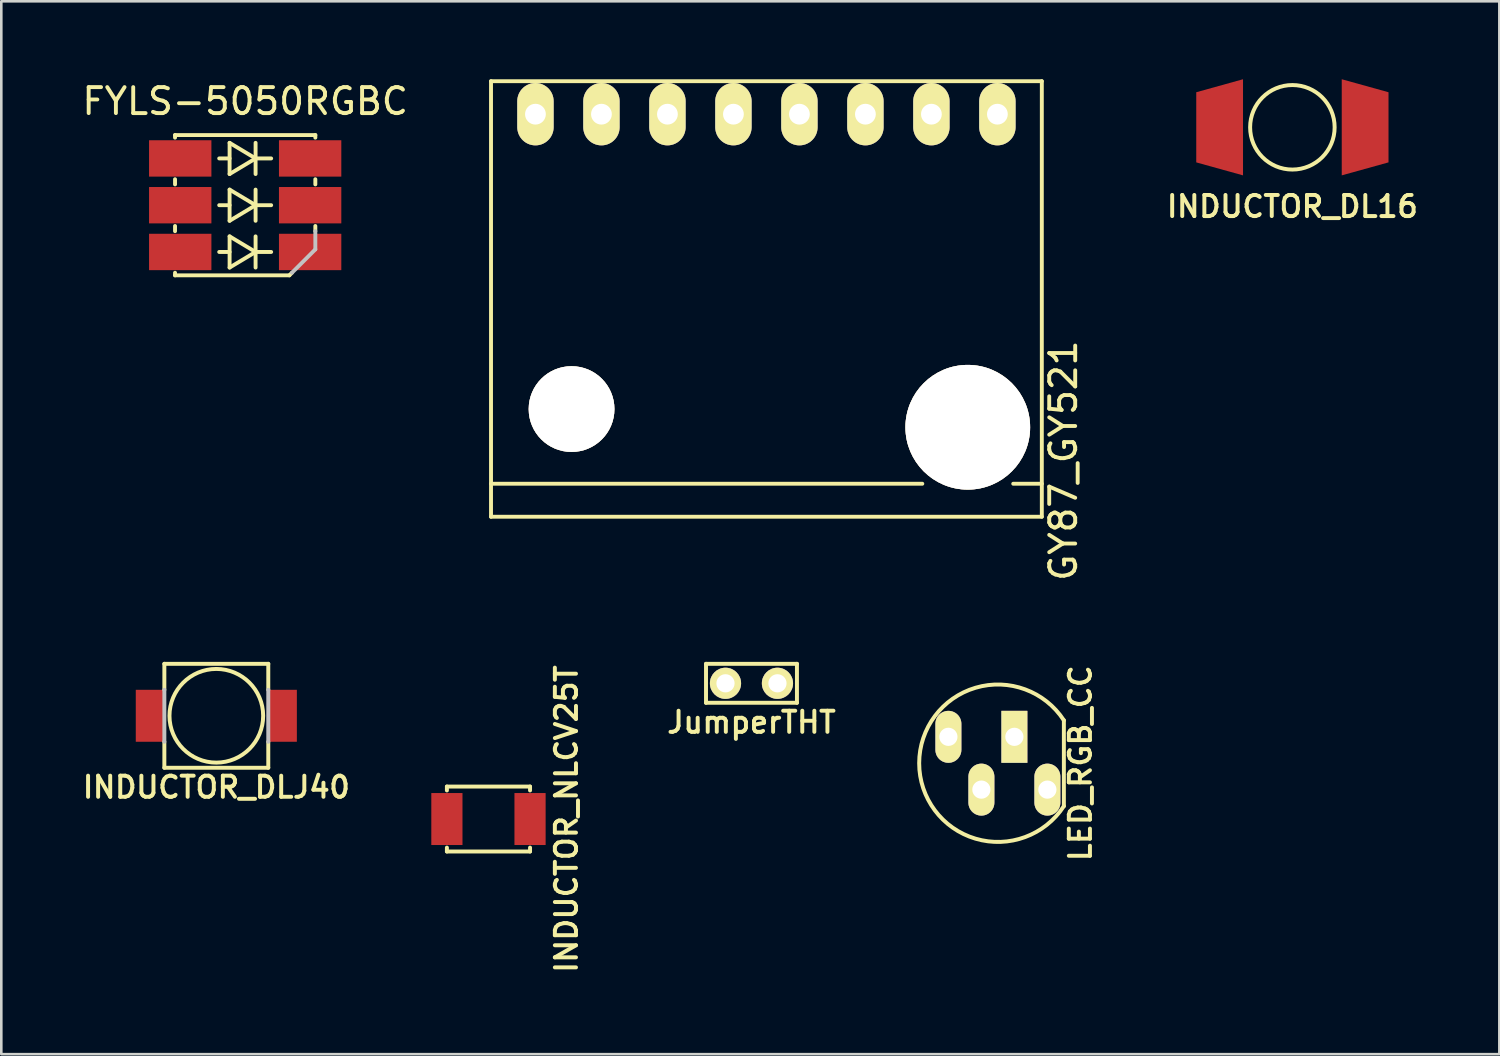
<source format=kicad_pcb>
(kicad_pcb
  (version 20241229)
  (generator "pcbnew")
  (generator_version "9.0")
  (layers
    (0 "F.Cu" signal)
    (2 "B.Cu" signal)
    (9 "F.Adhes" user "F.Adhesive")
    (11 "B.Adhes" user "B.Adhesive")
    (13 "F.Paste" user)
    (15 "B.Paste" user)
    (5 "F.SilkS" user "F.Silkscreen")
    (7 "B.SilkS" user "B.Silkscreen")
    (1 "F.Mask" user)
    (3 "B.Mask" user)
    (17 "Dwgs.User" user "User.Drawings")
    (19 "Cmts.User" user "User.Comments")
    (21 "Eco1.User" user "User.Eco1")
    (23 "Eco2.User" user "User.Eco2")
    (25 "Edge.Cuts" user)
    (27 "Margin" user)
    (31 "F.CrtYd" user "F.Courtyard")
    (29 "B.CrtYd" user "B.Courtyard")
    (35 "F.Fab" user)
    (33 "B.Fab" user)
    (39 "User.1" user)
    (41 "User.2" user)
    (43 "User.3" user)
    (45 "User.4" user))
  (footprint "INDUCTOR_DL16"
    (layer "F.Cu")
    (at 46.693 1.85)
    (property "Reference" "INDUCTOR_DL16" (at 0 3.048 0) (layer "F.SilkS") (effects (font (size 0.813 0.813) (thickness 0.152))))
    (attr through_hole)
    (fp_circle (center 0 0) (end 1.27 1.016) (stroke (width 0.152) (type solid)) (fill no) (layer "F.SilkS"))
    (pad "1" smd trapezoid (at -2.8 0) (size 1.8 3.2) (rect_delta -0.5 0) (layers "F.Cu" "F.Mask" "F.Paste"))
    (pad "2" smd trapezoid (at 2.8 0) (size 1.8 3.2) (rect_delta 0.5 0) (layers "F.Cu" "F.Mask" "F.Paste")))
  (footprint "INDUCTOR_DLJ40"
    (layer "F.Cu")
    (at 5.276 24.5)
    (property "Reference" "INDUCTOR_DLJ40" (at 0 2.75 0) (layer "F.SilkS") (effects (font (size 0.813 0.813) (thickness 0.152))))
    (attr through_hole)
    (fp_line (start -2 -2) (end -2 -1) (stroke (width 0.152) (type solid)) (layer "F.SilkS"))
    (fp_line (start -2 -2) (end 2 -2) (stroke (width 0.152) (type solid)) (layer "F.SilkS"))
    (fp_line (start -2 2) (end -2 1) (stroke (width 0.152) (type solid)) (layer "F.SilkS"))
    (fp_line (start 2 -2) (end 2 -1) (stroke (width 0.152) (type solid)) (layer "F.SilkS"))
    (fp_line (start 2 2) (end -2 2) (stroke (width 0.152) (type solid)) (layer "F.SilkS"))
    (fp_line (start 2 2) (end 2 1) (stroke (width 0.152) (type solid)) (layer "F.SilkS"))
    (fp_circle (center 0 0) (end 1 1.5) (stroke (width 0.152) (type solid)) (fill no) (layer "F.SilkS"))
    (fp_line (start -2 -1) (end -2 1) (stroke (width 0.152) (type solid)) (layer "Dwgs.User"))
    (fp_line (start 2 -1) (end 2 1) (stroke (width 0.152) (type solid)) (layer "Dwgs.User"))
    (pad "1" smd rect (at -2.55 0) (size 1.1 2) (layers "F.Cu" "F.Mask" "F.Paste"))
    (pad "2" smd rect (at 2.55 0) (size 1.1 2) (layers "F.Cu" "F.Mask" "F.Paste")))
  (footprint "INDUCTOR_NLCV25T"
    (layer "F.Cu")
    (at 15.751 28.474)
    (property "Reference" "INDUCTOR_NLCV25T" (at 3 0 90) (layer "F.SilkS") (effects (font (size 0.813 0.813) (thickness 0.152))))
    (attr through_hole)
    (fp_line (start -1.6 -1.25) (end -1.6 -1.1) (stroke (width 0.152) (type solid)) (layer "F.SilkS"))
    (fp_line (start -1.6 -1.25) (end 1.6 -1.25) (stroke (width 0.152) (type solid)) (layer "F.SilkS"))
    (fp_line (start -1.6 1.25) (end -1.6 1.1) (stroke (width 0.152) (type solid)) (layer "F.SilkS"))
    (fp_line (start -1.6 1.25) (end 1.6 1.25) (stroke (width 0.152) (type solid)) (layer "F.SilkS"))
    (fp_line (start 1.6 -1.25) (end 1.6 -1.1) (stroke (width 0.152) (type solid)) (layer "F.SilkS"))
    (fp_line (start 1.6 1.25) (end 1.6 1.1) (stroke (width 0.152) (type solid)) (layer "F.SilkS"))
    (pad "1" smd rect (at -1.6 0) (size 1.2 2) (layers "F.Cu" "F.Mask" "F.Paste"))
    (pad "2" smd rect (at 1.6 0) (size 1.2 2) (layers "F.Cu" "F.Mask" "F.Paste")))
  (footprint "GY87_GY521"
    (layer "F.Cu")
    (at 26.449 7.695)
    (property "Reference" "GY87_GY521" (at 11.43 6.985 90) (layer "F.SilkS") (effects (font (size 1 1) (thickness 0.15))))
    (attr through_hole)
    (fp_line (start -10.6 -7.62) (end 10.6 -7.62) (stroke (width 0.15) (type solid)) (layer "F.SilkS"))
    (fp_line (start -10.6 9.144) (end -10.6 -7.62) (stroke (width 0.15) (type solid)) (layer "F.SilkS"))
    (fp_line (start -10.6 9.144) (end 10.6 9.144) (stroke (width 0.15) (type solid)) (layer "F.SilkS"))
    (fp_line (start 6 7.874) (end -10.6 7.874) (stroke (width 0.15) (type solid)) (layer "F.SilkS"))
    (fp_line (start 10.6 -7.62) (end 10.6 9.144) (stroke (width 0.15) (type solid)) (layer "F.SilkS"))
    (fp_line (start 10.6 7.874) (end 9.5 7.874) (stroke (width 0.15) (type solid)) (layer "F.SilkS"))
    (pad "" thru_hole circle (at -7.5 5) (size 3.3 3.3) (drill 3.3) (layers "*.Cu" "*.Mask" "F.SilkS"))
    (pad "" thru_hole circle (at 7.75 5.7) (size 4.8 4.8) (drill 4.8) (layers "*.Cu" "*.Mask" "F.SilkS"))
    (pad "1" thru_hole oval (at 8.89 -6.35 90) (size 2.4 1.4) (drill 0.8) (layers "*.Cu" "*.Mask" "F.SilkS"))
    (pad "2" thru_hole oval (at 6.35 -6.35 90) (size 2.4 1.4) (drill 0.8) (layers "*.Cu" "*.Mask" "F.SilkS"))
    (pad "3" thru_hole oval (at 3.81 -6.35 90) (size 2.4 1.4) (drill 0.8) (layers "*.Cu" "*.Mask" "F.SilkS"))
    (pad "4" thru_hole oval (at 1.27 -6.35 90) (size 2.4 1.4) (drill 0.8) (layers "*.Cu" "*.Mask" "F.SilkS"))
    (pad "5" thru_hole oval (at -1.27 -6.35 90) (size 2.4 1.4) (drill 0.8) (layers "*.Cu" "*.Mask" "F.SilkS"))
    (pad "6" thru_hole oval (at -3.81 -6.35 90) (size 2.4 1.4) (drill 0.8) (layers "*.Cu" "*.Mask" "F.SilkS"))
    (pad "7" thru_hole oval (at -6.35 -6.35 90) (size 2.4 1.4) (drill 0.8) (layers "*.Cu" "*.Mask" "F.SilkS"))
    (pad "8" thru_hole oval (at -8.89 -6.35 90) (size 2.4 1.4) (drill 0.8) (layers "*.Cu" "*.Mask" "F.SilkS")))
  (footprint "FYLS-5050RGBC"
    (layer "F.Cu")
    (at 6.387 4.848)
    (property "Reference" "FYLS-5050RGBC" (at 0 -4 0) (layer "F.SilkS") (effects (font (size 1 1) (thickness 0.15))))
    (attr through_hole)
    (fp_line (start -2.7 -2.7) (end -2.7 -2.6) (stroke (width 0.15) (type solid)) (layer "F.SilkS"))
    (fp_line (start -2.7 -2.7) (end 2.7 -2.7) (stroke (width 0.15) (type solid)) (layer "F.SilkS"))
    (fp_line (start -2.7 -1) (end -2.7 -0.8) (stroke (width 0.15) (type solid)) (layer "F.SilkS"))
    (fp_line (start -2.7 0.8) (end -2.7 1) (stroke (width 0.15) (type solid)) (layer "F.SilkS"))
    (fp_line (start -2.7 2.7) (end -2.7 2.6) (stroke (width 0.15) (type solid)) (layer "F.SilkS"))
    (fp_line (start -2.7 2.7) (end 1.7 2.7) (stroke (width 0.15) (type solid)) (layer "F.SilkS"))
    (fp_line (start -1 1.8) (end -0.6 1.8) (stroke (width 0.15) (type solid)) (layer "F.SilkS"))
    (fp_line (start -0.6 -2.4) (end -0.6 -1.2) (stroke (width 0.15) (type solid)) (layer "F.SilkS"))
    (fp_line (start -0.6 -1.8) (end -1 -1.8) (stroke (width 0.15) (type solid)) (layer "F.SilkS"))
    (fp_line (start -0.6 -1.2) (end 0.4 -1.8) (stroke (width 0.15) (type solid)) (layer "F.SilkS"))
    (fp_line (start -0.6 -0.6) (end -0.6 0.6) (stroke (width 0.15) (type solid)) (layer "F.SilkS"))
    (fp_line (start -0.6 0) (end -1 0) (stroke (width 0.15) (type solid)) (layer "F.SilkS"))
    (fp_line (start -0.6 0.6) (end 0.4 0) (stroke (width 0.15) (type solid)) (layer "F.SilkS"))
    (fp_line (start -0.6 1.2) (end -0.6 2.4) (stroke (width 0.15) (type solid)) (layer "F.SilkS"))
    (fp_line (start -0.6 2.4) (end 0.4 1.8) (stroke (width 0.15) (type solid)) (layer "F.SilkS"))
    (fp_line (start 0.4 -2.4) (end 0.4 -1.2) (stroke (width 0.15) (type solid)) (layer "F.SilkS"))
    (fp_line (start 0.4 -1.8) (end -0.6 -2.4) (stroke (width 0.15) (type solid)) (layer "F.SilkS"))
    (fp_line (start 0.4 -0.6) (end 0.4 0.6) (stroke (width 0.15) (type solid)) (layer "F.SilkS"))
    (fp_line (start 0.4 0) (end -0.6 -0.6) (stroke (width 0.15) (type solid)) (layer "F.SilkS"))
    (fp_line (start 0.4 1.2) (end 0.4 2.4) (stroke (width 0.15) (type solid)) (layer "F.SilkS"))
    (fp_line (start 0.4 1.8) (end -0.6 1.2) (stroke (width 0.15) (type solid)) (layer "F.SilkS"))
    (fp_line (start 0.4 1.8) (end 1 1.8) (stroke (width 0.15) (type solid)) (layer "F.SilkS"))
    (fp_line (start 1 -1.8) (end 0.4 -1.8) (stroke (width 0.15) (type solid)) (layer "F.SilkS"))
    (fp_line (start 1 0) (end 0.4 0) (stroke (width 0.15) (type solid)) (layer "F.SilkS"))
    (fp_line (start 1.7 2.7) (end 1.8 2.6) (stroke (width 0.15) (type solid)) (layer "F.SilkS"))
    (fp_line (start 2.7 -2.7) (end 2.7 -2.6) (stroke (width 0.15) (type solid)) (layer "F.SilkS"))
    (fp_line (start 2.7 -1) (end 2.7 -0.8) (stroke (width 0.15) (type solid)) (layer "F.SilkS"))
    (fp_line (start 2.7 0.8) (end 2.7 1) (stroke (width 0.15) (type solid)) (layer "F.SilkS"))
    (fp_line (start 1.8 2.6) (end 2.7 1.7) (stroke (width 0.15) (type solid)) (layer "Dwgs.User"))
    (fp_line (start 2.7 1.7) (end 2.7 1) (stroke (width 0.15) (type solid)) (layer "Dwgs.User"))
    (pad "BA" smd rect (at -2.5 1.8) (size 2.4 1.4) (layers "F.Cu" "F.Mask" "F.Paste"))
    (pad "BC" smd rect (at 2.5 1.8) (size 2.4 1.4) (layers "F.Cu" "F.Mask" "F.Paste"))
    (pad "GA" smd rect (at -2.5 0) (size 2.4 1.4) (layers "F.Cu" "F.Mask" "F.Paste"))
    (pad "GC" smd rect (at 2.5 0) (size 2.4 1.4) (layers "F.Cu" "F.Mask" "F.Paste"))
    (pad "RA" smd rect (at -2.5 -1.8) (size 2.4 1.4) (layers "F.Cu" "F.Mask" "F.Paste"))
    (pad "RC" smd rect (at 2.5 -1.8) (size 2.4 1.4) (layers "F.Cu" "F.Mask" "F.Paste")))
  (footprint "JumperTHT"
    (layer "F.Cu")
    (at 25.874 23.25)
    (property "Reference" "JumperTHT" (at 0 1.5 0) (layer "F.SilkS") (effects (font (size 0.813 0.813) (thickness 0.152))))
    (attr through_hole)
    (fp_line (start -1.75 -0.75) (end -1.75 0.75) (stroke (width 0.152) (type solid)) (layer "F.SilkS"))
    (fp_line (start -1.75 0.75) (end 1.75 0.75) (stroke (width 0.152) (type solid)) (layer "F.SilkS"))
    (fp_line (start 1.75 -0.75) (end -1.75 -0.75) (stroke (width 0.152) (type solid)) (layer "F.SilkS"))
    (fp_line (start 1.75 0.75) (end 1.75 -0.75) (stroke (width 0.152) (type solid)) (layer "F.SilkS"))
    (pad "1" thru_hole circle (at -1 0) (size 1.2 1.2) (drill 0.7) (layers "*.Cu" "*.Mask" "F.SilkS"))
    (pad "2" thru_hole circle (at 1 0) (size 1.2 1.2) (drill 0.7) (layers "*.Cu" "*.Mask" "F.SilkS")))
  (footprint "LED_RGB_CC"
    (layer "F.Cu")
    (at 35.358 26.326)
    (property "Reference" "LED_RGB_CC" (at 3.175 0 90) (layer "F.SilkS") (effects (font (size 0.813 0.813) (thickness 0.152))))
    (attr through_hole)
    (fp_line (start 2.54 -1.651) (end 2.54 1.651) (stroke (width 0.152) (type solid)) (layer "F.SilkS"))
    (fp_arc (start 2.54 1.651) (mid -3.029422 -0.001262) (end 2.541375 -1.648883) (stroke (width 0.1524) (type solid)) (layer "F.SilkS"))
    (pad "BA" thru_hole oval (at -1.905 -1.016) (size 1 2) (drill 0.7) (layers "*.Cu" "*.Mask" "F.SilkS"))
    (pad "CC" thru_hole rect (at 0.635 -1.016) (size 1 2) (drill 0.7) (layers "*.Cu" "*.Mask" "F.SilkS"))
    (pad "GA" thru_hole oval (at -0.635 1.016) (size 1 2) (drill 0.7) (layers "*.Cu" "*.Mask" "F.SilkS"))
    (pad "RA" thru_hole oval (at 1.905 1.016) (size 1 2) (drill 0.7) (layers "*.Cu" "*.Mask" "F.SilkS")))
  (gr_rect
    (start -3 -3)
    (end 54.659 37.524)
    (stroke (width 0.1) (type default))
    (fill no)
    (layer "Edge.Cuts")))
</source>
